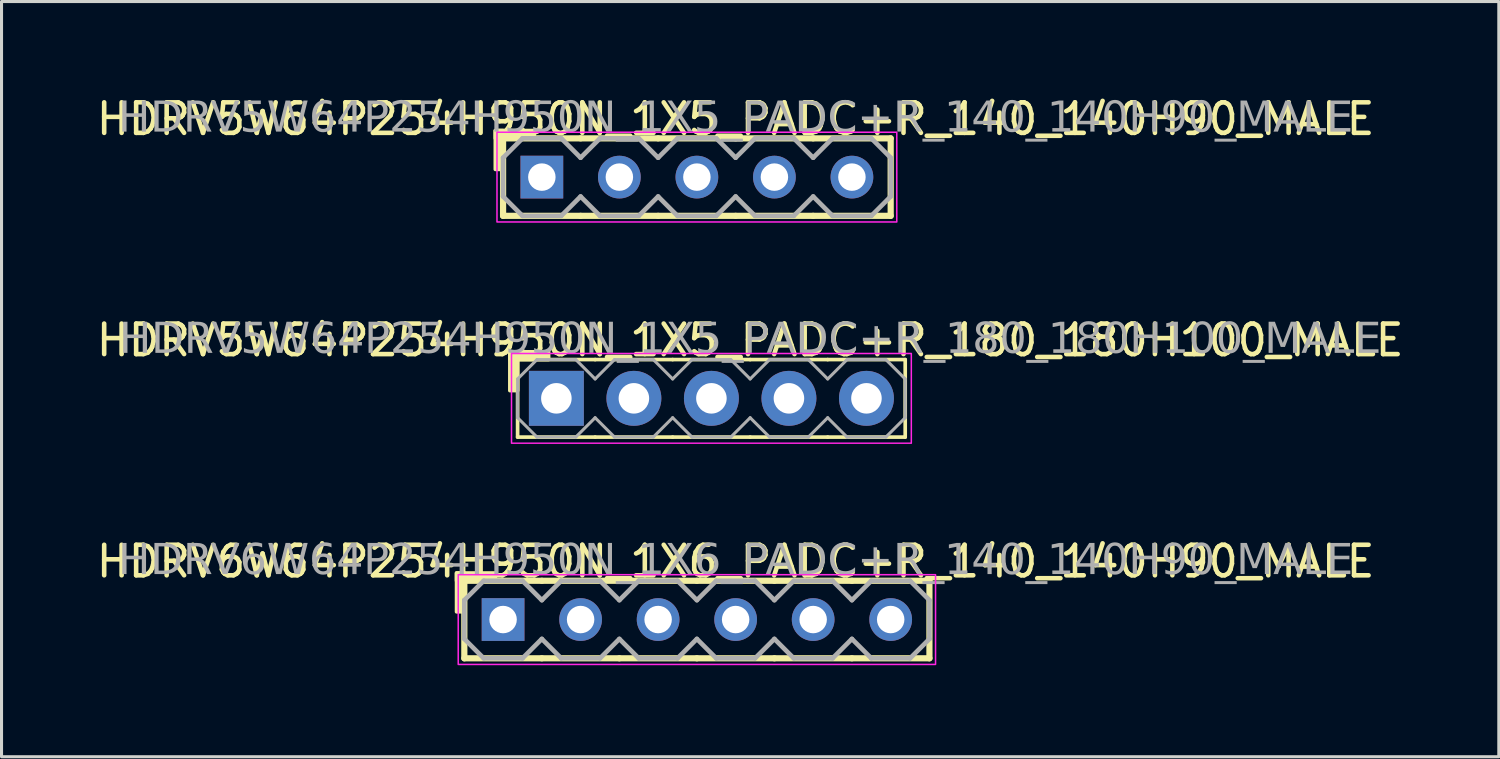
<source format=kicad_pcb>
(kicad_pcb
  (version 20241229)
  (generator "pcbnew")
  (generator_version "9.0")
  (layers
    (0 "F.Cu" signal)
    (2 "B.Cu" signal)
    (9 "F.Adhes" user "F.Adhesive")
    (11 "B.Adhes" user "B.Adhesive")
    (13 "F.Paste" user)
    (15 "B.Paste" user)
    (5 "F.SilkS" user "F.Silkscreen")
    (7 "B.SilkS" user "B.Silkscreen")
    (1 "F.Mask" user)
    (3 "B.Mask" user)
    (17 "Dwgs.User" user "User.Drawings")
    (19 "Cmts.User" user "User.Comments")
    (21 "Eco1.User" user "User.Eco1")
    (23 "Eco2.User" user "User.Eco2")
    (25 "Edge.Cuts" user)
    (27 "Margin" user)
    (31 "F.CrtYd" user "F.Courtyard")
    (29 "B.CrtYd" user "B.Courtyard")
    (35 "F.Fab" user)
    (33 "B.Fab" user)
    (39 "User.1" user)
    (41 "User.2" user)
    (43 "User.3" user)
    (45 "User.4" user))
  (footprint "HDRV5W64P254H950N_1X5_PADC+R_140_140H90_MALE"
    (layer "F.Cu")
    (at 19.784 2.753)
    (property "Reference" "HDRV5W64P254H950N_1X5_PADC+R_140_140H90_MALE" (at 1.27 -1.905 0) (layer "F.SilkS") (effects (font (size 1 1) (thickness 0.15))))
    (attr through_hole)
    (fp_line (start -6.35 1.27) (end -6.35 -1.27) (stroke (width 0.203) (type solid)) (layer "F.SilkS"))
    (fp_line (start -3.81 -1.27) (end -6.35 -1.27) (stroke (width 0.203) (type solid)) (layer "F.SilkS"))
    (fp_line (start -3.81 1.27) (end -6.35 1.27) (stroke (width 0.203) (type solid)) (layer "F.SilkS"))
    (fp_line (start -1.27 -1.27) (end -3.81 -1.27) (stroke (width 0.203) (type solid)) (layer "F.SilkS"))
    (fp_line (start -1.27 1.27) (end -3.81 1.27) (stroke (width 0.203) (type solid)) (layer "F.SilkS"))
    (fp_line (start 1.27 -1.27) (end -1.27 -1.27) (stroke (width 0.203) (type solid)) (layer "F.SilkS"))
    (fp_line (start 1.27 1.27) (end -1.27 1.27) (stroke (width 0.203) (type solid)) (layer "F.SilkS"))
    (fp_line (start 3.81 -1.27) (end 1.27 -1.27) (stroke (width 0.203) (type solid)) (layer "F.SilkS"))
    (fp_line (start 3.81 1.27) (end 1.27 1.27) (stroke (width 0.203) (type solid)) (layer "F.SilkS"))
    (fp_line (start 6.35 -1.27) (end 3.81 -1.27) (stroke (width 0.203) (type solid)) (layer "F.SilkS"))
    (fp_line (start 6.35 1.27) (end 3.81 1.27) (stroke (width 0.203) (type solid)) (layer "F.SilkS"))
    (fp_line (start 6.35 1.27) (end 6.35 -1.27) (stroke (width 0.203) (type solid)) (layer "F.SilkS"))
    (fp_rect (start -6.604 -0.254) (end -6.35 -1.524) (stroke (width 0.12) (type solid)) (fill yes) (layer "F.SilkS"))
    (fp_rect (start -5.334 -1.27) (end -6.604 -1.524) (stroke (width 0.12) (type solid)) (fill yes) (layer "F.SilkS"))
    (fp_rect (start -6.55 -1.47) (end 6.55 1.47) (stroke (width 0.05) (type default)) (fill no) (layer "F.CrtYd"))
    (fp_line (start -6.35 -0.635) (end -6.35 0.635) (stroke (width 0.152) (type solid)) (layer "F.Fab"))
    (fp_line (start -6.35 -0.635) (end -5.715 -1.27) (stroke (width 0.152) (type solid)) (layer "F.Fab"))
    (fp_line (start -5.715 -1.27) (end -4.445 -1.27) (stroke (width 0.152) (type solid)) (layer "F.Fab"))
    (fp_line (start -5.715 1.27) (end -6.35 0.635) (stroke (width 0.152) (type solid)) (layer "F.Fab"))
    (fp_line (start -4.445 -1.27) (end -3.81 -0.635) (stroke (width 0.152) (type solid)) (layer "F.Fab"))
    (fp_line (start -4.445 1.27) (end -5.715 1.27) (stroke (width 0.152) (type solid)) (layer "F.Fab"))
    (fp_line (start -3.81 -0.635) (end -3.175 -1.27) (stroke (width 0.152) (type solid)) (layer "F.Fab"))
    (fp_line (start -3.81 0.635) (end -4.445 1.27) (stroke (width 0.152) (type solid)) (layer "F.Fab"))
    (fp_line (start -3.175 -1.27) (end -1.905 -1.27) (stroke (width 0.152) (type solid)) (layer "F.Fab"))
    (fp_line (start -3.175 1.27) (end -3.81 0.635) (stroke (width 0.152) (type solid)) (layer "F.Fab"))
    (fp_line (start -1.905 -1.27) (end -1.27 -0.635) (stroke (width 0.152) (type solid)) (layer "F.Fab"))
    (fp_line (start -1.905 1.27) (end -3.175 1.27) (stroke (width 0.152) (type solid)) (layer "F.Fab"))
    (fp_line (start -1.27 -0.635) (end -0.635 -1.27) (stroke (width 0.152) (type solid)) (layer "F.Fab"))
    (fp_line (start -1.27 0.635) (end -1.905 1.27) (stroke (width 0.152) (type solid)) (layer "F.Fab"))
    (fp_line (start -0.635 -1.27) (end 0.635 -1.27) (stroke (width 0.152) (type solid)) (layer "F.Fab"))
    (fp_line (start -0.635 1.27) (end -1.27 0.635) (stroke (width 0.152) (type solid)) (layer "F.Fab"))
    (fp_line (start 0.635 -1.27) (end 1.27 -0.635) (stroke (width 0.152) (type solid)) (layer "F.Fab"))
    (fp_line (start 0.635 1.27) (end -0.635 1.27) (stroke (width 0.152) (type solid)) (layer "F.Fab"))
    (fp_line (start 1.27 -0.635) (end 1.905 -1.27) (stroke (width 0.152) (type solid)) (layer "F.Fab"))
    (fp_line (start 1.27 0.635) (end 0.635 1.27) (stroke (width 0.152) (type solid)) (layer "F.Fab"))
    (fp_line (start 1.905 -1.27) (end 3.175 -1.27) (stroke (width 0.152) (type solid)) (layer "F.Fab"))
    (fp_line (start 1.905 1.27) (end 1.27 0.635) (stroke (width 0.152) (type solid)) (layer "F.Fab"))
    (fp_line (start 3.175 -1.27) (end 3.81 -0.635) (stroke (width 0.152) (type solid)) (layer "F.Fab"))
    (fp_line (start 3.175 1.27) (end 1.905 1.27) (stroke (width 0.152) (type solid)) (layer "F.Fab"))
    (fp_line (start 3.81 -0.635) (end 4.445 -1.27) (stroke (width 0.152) (type solid)) (layer "F.Fab"))
    (fp_line (start 3.81 0.635) (end 3.175 1.27) (stroke (width 0.152) (type solid)) (layer "F.Fab"))
    (fp_line (start 4.445 -1.27) (end 5.715 -1.27) (stroke (width 0.152) (type solid)) (layer "F.Fab"))
    (fp_line (start 4.445 1.27) (end 3.81 0.635) (stroke (width 0.152) (type solid)) (layer "F.Fab"))
    (fp_line (start 5.715 -1.27) (end 6.35 -0.635) (stroke (width 0.152) (type solid)) (layer "F.Fab"))
    (fp_line (start 5.715 1.27) (end 4.445 1.27) (stroke (width 0.152) (type solid)) (layer "F.Fab"))
    (fp_line (start 6.35 -0.635) (end 6.35 0.635) (stroke (width 0.152) (type solid)) (layer "F.Fab"))
    (fp_line (start 6.35 0.635) (end 5.715 1.27) (stroke (width 0.152) (type solid)) (layer "F.Fab"))
    (fp_rect (start -4.826 -0.254) (end -5.334 0.254) (stroke (width 0.152) (type solid)) (fill no) (layer "F.Fab"))
    (fp_rect (start -2.286 -0.254) (end -2.794 0.254) (stroke (width 0.152) (type solid)) (fill no) (layer "F.Fab"))
    (fp_rect (start 0.254 -0.254) (end -0.254 0.254) (stroke (width 0.152) (type solid)) (fill no) (layer "F.Fab"))
    (fp_rect (start 2.794 -0.254) (end 2.286 0.254) (stroke (width 0.152) (type solid)) (fill no) (layer "F.Fab"))
    (fp_rect (start 5.334 -0.254) (end 4.826 0.254) (stroke (width 0.152) (type solid)) (fill no) (layer "F.Fab"))
    (fp_text user "${REFERENCE}" (at 1.27 -1.905 0) (layer "F.Fab") (effects (font (face "Tahoma") (size 1 1) (thickness 0.15))))
    (pad "1" thru_hole rect (at -5.08 0) (size 1.4 1.4) (drill 0.9) (layers "*.Cu" "*.Mask"))
    (pad "2" thru_hole circle (at -2.54 0) (size 1.4 1.4) (drill 0.9) (layers "*.Cu" "*.Mask"))
    (pad "3" thru_hole circle (at 0 0) (size 1.4 1.4) (drill 0.9) (layers "*.Cu" "*.Mask"))
    (pad "4" thru_hole circle (at 2.54 0) (size 1.4 1.4) (drill 0.9) (layers "*.Cu" "*.Mask"))
    (pad "5" thru_hole circle (at 5.08 0) (size 1.4 1.4) (drill 0.9) (layers "*.Cu" "*.Mask")))
  (footprint "HDRV6W64P254H950N_1X6_PADC+R_140_140H90_MALE"
    (layer "F.Cu")
    (at 19.784 17.25)
    (property "Reference" "HDRV6W64P254H950N_1X6_PADC+R_140_140H90_MALE" (at 1.27 -1.905 0) (layer "F.SilkS") (effects (font (size 1 1) (thickness 0.15))))
    (attr through_hole)
    (fp_line (start -7.62 1.27) (end -7.62 -1.27) (stroke (width 0.203) (type solid)) (layer "F.SilkS"))
    (fp_line (start -5.08 -1.27) (end -7.62 -1.27) (stroke (width 0.203) (type solid)) (layer "F.SilkS"))
    (fp_line (start -5.08 1.27) (end -7.62 1.27) (stroke (width 0.203) (type solid)) (layer "F.SilkS"))
    (fp_line (start -2.54 -1.27) (end -5.08 -1.27) (stroke (width 0.203) (type solid)) (layer "F.SilkS"))
    (fp_line (start -2.54 1.27) (end -5.08 1.27) (stroke (width 0.203) (type solid)) (layer "F.SilkS"))
    (fp_line (start 0 -1.27) (end -2.54 -1.27) (stroke (width 0.203) (type solid)) (layer "F.SilkS"))
    (fp_line (start 0 1.27) (end -2.54 1.27) (stroke (width 0.203) (type solid)) (layer "F.SilkS"))
    (fp_line (start 2.54 -1.27) (end 0 -1.27) (stroke (width 0.203) (type solid)) (layer "F.SilkS"))
    (fp_line (start 2.54 1.27) (end 0 1.27) (stroke (width 0.203) (type solid)) (layer "F.SilkS"))
    (fp_line (start 5.08 -1.27) (end 2.54 -1.27) (stroke (width 0.203) (type solid)) (layer "F.SilkS"))
    (fp_line (start 5.08 1.27) (end 2.54 1.27) (stroke (width 0.203) (type solid)) (layer "F.SilkS"))
    (fp_line (start 7.62 -1.27) (end 5.08 -1.27) (stroke (width 0.203) (type solid)) (layer "F.SilkS"))
    (fp_line (start 7.62 1.27) (end 5.08 1.27) (stroke (width 0.203) (type solid)) (layer "F.SilkS"))
    (fp_line (start 7.62 1.27) (end 7.62 -1.27) (stroke (width 0.203) (type solid)) (layer "F.SilkS"))
    (fp_rect (start -7.874 -0.254) (end -7.62 -1.524) (stroke (width 0.12) (type solid)) (fill yes) (layer "F.SilkS"))
    (fp_rect (start -6.604 -1.27) (end -7.874 -1.524) (stroke (width 0.12) (type solid)) (fill yes) (layer "F.SilkS"))
    (fp_rect (start -7.82 -1.47) (end 7.82 1.47) (stroke (width 0.05) (type default)) (fill no) (layer "F.CrtYd"))
    (fp_line (start -7.62 -0.635) (end -7.62 0.635) (stroke (width 0.152) (type solid)) (layer "F.Fab"))
    (fp_line (start -7.62 -0.635) (end -6.985 -1.27) (stroke (width 0.152) (type solid)) (layer "F.Fab"))
    (fp_line (start -6.985 -1.27) (end -5.715 -1.27) (stroke (width 0.152) (type solid)) (layer "F.Fab"))
    (fp_line (start -6.985 1.27) (end -7.62 0.635) (stroke (width 0.152) (type solid)) (layer "F.Fab"))
    (fp_line (start -5.715 -1.27) (end -5.08 -0.635) (stroke (width 0.152) (type solid)) (layer "F.Fab"))
    (fp_line (start -5.715 1.27) (end -6.985 1.27) (stroke (width 0.152) (type solid)) (layer "F.Fab"))
    (fp_line (start -5.08 -0.635) (end -4.445 -1.27) (stroke (width 0.152) (type solid)) (layer "F.Fab"))
    (fp_line (start -5.08 0.635) (end -5.715 1.27) (stroke (width 0.152) (type solid)) (layer "F.Fab"))
    (fp_line (start -4.445 -1.27) (end -3.175 -1.27) (stroke (width 0.152) (type solid)) (layer "F.Fab"))
    (fp_line (start -4.445 1.27) (end -5.08 0.635) (stroke (width 0.152) (type solid)) (layer "F.Fab"))
    (fp_line (start -3.175 -1.27) (end -2.54 -0.635) (stroke (width 0.152) (type solid)) (layer "F.Fab"))
    (fp_line (start -3.175 1.27) (end -4.445 1.27) (stroke (width 0.152) (type solid)) (layer "F.Fab"))
    (fp_line (start -2.54 -0.635) (end -1.905 -1.27) (stroke (width 0.152) (type solid)) (layer "F.Fab"))
    (fp_line (start -2.54 0.635) (end -3.175 1.27) (stroke (width 0.152) (type solid)) (layer "F.Fab"))
    (fp_line (start -1.905 -1.27) (end -0.635 -1.27) (stroke (width 0.152) (type solid)) (layer "F.Fab"))
    (fp_line (start -1.905 1.27) (end -2.54 0.635) (stroke (width 0.152) (type solid)) (layer "F.Fab"))
    (fp_line (start -0.635 -1.27) (end 0 -0.635) (stroke (width 0.152) (type solid)) (layer "F.Fab"))
    (fp_line (start -0.635 1.27) (end -1.905 1.27) (stroke (width 0.152) (type solid)) (layer "F.Fab"))
    (fp_line (start 0 -0.635) (end 0.635 -1.27) (stroke (width 0.152) (type solid)) (layer "F.Fab"))
    (fp_line (start 0 0.635) (end -0.635 1.27) (stroke (width 0.152) (type solid)) (layer "F.Fab"))
    (fp_line (start 0.635 -1.27) (end 1.905 -1.27) (stroke (width 0.152) (type solid)) (layer "F.Fab"))
    (fp_line (start 0.635 1.27) (end 0 0.635) (stroke (width 0.152) (type solid)) (layer "F.Fab"))
    (fp_line (start 1.905 -1.27) (end 2.54 -0.635) (stroke (width 0.152) (type solid)) (layer "F.Fab"))
    (fp_line (start 1.905 1.27) (end 0.635 1.27) (stroke (width 0.152) (type solid)) (layer "F.Fab"))
    (fp_line (start 2.54 -0.635) (end 3.175 -1.27) (stroke (width 0.152) (type solid)) (layer "F.Fab"))
    (fp_line (start 2.54 0.635) (end 1.905 1.27) (stroke (width 0.152) (type solid)) (layer "F.Fab"))
    (fp_line (start 3.175 -1.27) (end 4.445 -1.27) (stroke (width 0.152) (type solid)) (layer "F.Fab"))
    (fp_line (start 3.175 1.27) (end 2.54 0.635) (stroke (width 0.152) (type solid)) (layer "F.Fab"))
    (fp_line (start 4.445 -1.27) (end 5.08 -0.635) (stroke (width 0.152) (type solid)) (layer "F.Fab"))
    (fp_line (start 4.445 1.27) (end 3.175 1.27) (stroke (width 0.152) (type solid)) (layer "F.Fab"))
    (fp_line (start 5.08 -0.635) (end 5.715 -1.27) (stroke (width 0.152) (type solid)) (layer "F.Fab"))
    (fp_line (start 5.08 0.635) (end 4.445 1.27) (stroke (width 0.152) (type solid)) (layer "F.Fab"))
    (fp_line (start 5.715 -1.27) (end 6.985 -1.27) (stroke (width 0.152) (type solid)) (layer "F.Fab"))
    (fp_line (start 5.715 1.27) (end 5.08 0.635) (stroke (width 0.152) (type solid)) (layer "F.Fab"))
    (fp_line (start 6.985 -1.27) (end 7.62 -0.635) (stroke (width 0.152) (type solid)) (layer "F.Fab"))
    (fp_line (start 6.985 1.27) (end 5.715 1.27) (stroke (width 0.152) (type solid)) (layer "F.Fab"))
    (fp_line (start 7.62 -0.635) (end 7.62 0.635) (stroke (width 0.152) (type solid)) (layer "F.Fab"))
    (fp_line (start 7.62 0.635) (end 6.985 1.27) (stroke (width 0.152) (type solid)) (layer "F.Fab"))
    (fp_rect (start -6.096 -0.254) (end -6.604 0.254) (stroke (width 0.152) (type solid)) (fill no) (layer "F.Fab"))
    (fp_rect (start -3.556 -0.254) (end -4.064 0.254) (stroke (width 0.152) (type solid)) (fill no) (layer "F.Fab"))
    (fp_rect (start -1.016 -0.254) (end -1.524 0.254) (stroke (width 0.152) (type solid)) (fill no) (layer "F.Fab"))
    (fp_rect (start 1.524 -0.254) (end 1.016 0.254) (stroke (width 0.152) (type solid)) (fill no) (layer "F.Fab"))
    (fp_rect (start 4.064 -0.254) (end 3.556 0.254) (stroke (width 0.152) (type solid)) (fill no) (layer "F.Fab"))
    (fp_rect (start 6.604 -0.254) (end 6.096 0.254) (stroke (width 0.152) (type solid)) (fill no) (layer "F.Fab"))
    (fp_text user "${REFERENCE}" (at 1.27 -1.905 0) (layer "F.Fab") (effects (font (face "Tahoma") (size 1 1) (thickness 0.15))))
    (pad "1" thru_hole rect (at -6.35 0) (size 1.4 1.4) (drill 0.9) (layers "*.Cu" "*.Mask"))
    (pad "2" thru_hole circle (at -3.81 0) (size 1.4 1.4) (drill 0.9) (layers "*.Cu" "*.Mask"))
    (pad "3" thru_hole circle (at -1.27 0) (size 1.4 1.4) (drill 0.9) (layers "*.Cu" "*.Mask"))
    (pad "4" thru_hole circle (at 1.27 0) (size 1.4 1.4) (drill 0.9) (layers "*.Cu" "*.Mask"))
    (pad "5" thru_hole circle (at 3.81 0) (size 1.4 1.4) (drill 0.9) (layers "*.Cu" "*.Mask"))
    (pad "6" thru_hole circle (at 6.35 0) (size 1.4 1.4) (drill 0.9) (layers "*.Cu" "*.Mask")))
  (footprint "HDRV5W64P254H950N_1X5_PADC+R_180_180H100_MALE"
    (layer "F.Cu")
    (at 20.26 10.002)
    (property "Reference" "HDRV5W64P254H950N_1X5_PADC+R_180_180H100_MALE" (at 1.27 -1.905 0) (layer "F.SilkS") (effects (font (size 1 1) (thickness 0.15))))
    (attr through_hole)
    (fp_line (start -6.35 1.27) (end -6.35 -1.27) (stroke (width 0.12) (type solid)) (layer "F.SilkS"))
    (fp_line (start -3.81 -1.27) (end -6.35 -1.27) (stroke (width 0.12) (type solid)) (layer "F.SilkS"))
    (fp_line (start -3.81 1.27) (end -6.35 1.27) (stroke (width 0.12) (type solid)) (layer "F.SilkS"))
    (fp_line (start -1.27 -1.27) (end -3.81 -1.27) (stroke (width 0.12) (type solid)) (layer "F.SilkS"))
    (fp_line (start -1.27 1.27) (end -3.81 1.27) (stroke (width 0.12) (type solid)) (layer "F.SilkS"))
    (fp_line (start 1.27 -1.27) (end -1.27 -1.27) (stroke (width 0.12) (type solid)) (layer "F.SilkS"))
    (fp_line (start 1.27 1.27) (end -1.27 1.27) (stroke (width 0.12) (type solid)) (layer "F.SilkS"))
    (fp_line (start 3.81 -1.27) (end 1.27 -1.27) (stroke (width 0.12) (type solid)) (layer "F.SilkS"))
    (fp_line (start 3.81 1.27) (end 1.27 1.27) (stroke (width 0.12) (type solid)) (layer "F.SilkS"))
    (fp_line (start 6.35 -1.27) (end 3.81 -1.27) (stroke (width 0.12) (type solid)) (layer "F.SilkS"))
    (fp_line (start 6.35 1.27) (end 3.81 1.27) (stroke (width 0.12) (type solid)) (layer "F.SilkS"))
    (fp_line (start 6.35 1.27) (end 6.35 -1.27) (stroke (width 0.12) (type solid)) (layer "F.SilkS"))
    (fp_rect (start -6.604 -0.254) (end -6.35 -1.524) (stroke (width 0.12) (type solid)) (fill yes) (layer "F.SilkS"))
    (fp_rect (start -5.334 -1.27) (end -6.604 -1.524) (stroke (width 0.12) (type solid)) (fill yes) (layer "F.SilkS"))
    (fp_rect (start -6.55 -1.47) (end 6.55 1.47) (stroke (width 0.05) (type default)) (fill no) (layer "F.CrtYd"))
    (fp_line (start -6.35 -0.635) (end -6.35 0.635) (stroke (width 0.1) (type solid)) (layer "F.Fab"))
    (fp_line (start -6.35 -0.635) (end -5.715 -1.27) (stroke (width 0.1) (type solid)) (layer "F.Fab"))
    (fp_line (start -5.715 -1.27) (end -4.445 -1.27) (stroke (width 0.1) (type solid)) (layer "F.Fab"))
    (fp_line (start -5.715 1.27) (end -6.35 0.635) (stroke (width 0.1) (type solid)) (layer "F.Fab"))
    (fp_line (start -4.445 -1.27) (end -3.81 -0.635) (stroke (width 0.1) (type solid)) (layer "F.Fab"))
    (fp_line (start -4.445 1.27) (end -5.715 1.27) (stroke (width 0.1) (type solid)) (layer "F.Fab"))
    (fp_line (start -3.81 -0.635) (end -3.175 -1.27) (stroke (width 0.1) (type solid)) (layer "F.Fab"))
    (fp_line (start -3.81 0.635) (end -4.445 1.27) (stroke (width 0.1) (type solid)) (layer "F.Fab"))
    (fp_line (start -3.175 -1.27) (end -1.905 -1.27) (stroke (width 0.1) (type solid)) (layer "F.Fab"))
    (fp_line (start -3.175 1.27) (end -3.81 0.635) (stroke (width 0.1) (type solid)) (layer "F.Fab"))
    (fp_line (start -1.905 -1.27) (end -1.27 -0.635) (stroke (width 0.1) (type solid)) (layer "F.Fab"))
    (fp_line (start -1.905 1.27) (end -3.175 1.27) (stroke (width 0.1) (type solid)) (layer "F.Fab"))
    (fp_line (start -1.27 -0.635) (end -0.635 -1.27) (stroke (width 0.1) (type solid)) (layer "F.Fab"))
    (fp_line (start -1.27 0.635) (end -1.905 1.27) (stroke (width 0.1) (type solid)) (layer "F.Fab"))
    (fp_line (start -0.635 -1.27) (end 0.635 -1.27) (stroke (width 0.1) (type solid)) (layer "F.Fab"))
    (fp_line (start -0.635 1.27) (end -1.27 0.635) (stroke (width 0.1) (type solid)) (layer "F.Fab"))
    (fp_line (start 0.635 -1.27) (end 1.27 -0.635) (stroke (width 0.1) (type solid)) (layer "F.Fab"))
    (fp_line (start 0.635 1.27) (end -0.635 1.27) (stroke (width 0.1) (type solid)) (layer "F.Fab"))
    (fp_line (start 1.27 -0.635) (end 1.905 -1.27) (stroke (width 0.1) (type solid)) (layer "F.Fab"))
    (fp_line (start 1.27 0.635) (end 0.635 1.27) (stroke (width 0.1) (type solid)) (layer "F.Fab"))
    (fp_line (start 1.905 -1.27) (end 3.175 -1.27) (stroke (width 0.1) (type solid)) (layer "F.Fab"))
    (fp_line (start 1.905 1.27) (end 1.27 0.635) (stroke (width 0.1) (type solid)) (layer "F.Fab"))
    (fp_line (start 3.175 -1.27) (end 3.81 -0.635) (stroke (width 0.1) (type solid)) (layer "F.Fab"))
    (fp_line (start 3.175 1.27) (end 1.905 1.27) (stroke (width 0.1) (type solid)) (layer "F.Fab"))
    (fp_line (start 3.81 -0.635) (end 4.445 -1.27) (stroke (width 0.1) (type solid)) (layer "F.Fab"))
    (fp_line (start 3.81 0.635) (end 3.175 1.27) (stroke (width 0.1) (type solid)) (layer "F.Fab"))
    (fp_line (start 4.445 -1.27) (end 5.715 -1.27) (stroke (width 0.1) (type solid)) (layer "F.Fab"))
    (fp_line (start 4.445 1.27) (end 3.81 0.635) (stroke (width 0.1) (type solid)) (layer "F.Fab"))
    (fp_line (start 5.715 -1.27) (end 6.35 -0.635) (stroke (width 0.1) (type solid)) (layer "F.Fab"))
    (fp_line (start 5.715 1.27) (end 4.445 1.27) (stroke (width 0.1) (type solid)) (layer "F.Fab"))
    (fp_line (start 6.35 -0.635) (end 6.35 0.635) (stroke (width 0.1) (type solid)) (layer "F.Fab"))
    (fp_line (start 6.35 0.635) (end 5.715 1.27) (stroke (width 0.1) (type solid)) (layer "F.Fab"))
    (fp_rect (start -4.826 -0.254) (end -5.334 0.254) (stroke (width 0.1) (type solid)) (fill no) (layer "F.Fab"))
    (fp_rect (start -2.286 -0.254) (end -2.794 0.254) (stroke (width 0.1) (type solid)) (fill no) (layer "F.Fab"))
    (fp_rect (start 0.254 -0.254) (end -0.254 0.254) (stroke (width 0.1) (type solid)) (fill no) (layer "F.Fab"))
    (fp_rect (start 2.794 -0.254) (end 2.286 0.254) (stroke (width 0.1) (type solid)) (fill no) (layer "F.Fab"))
    (fp_rect (start 5.334 -0.254) (end 4.826 0.254) (stroke (width 0.1) (type solid)) (fill no) (layer "F.Fab"))
    (fp_text user "${REFERENCE}" (at 1.27 -1.905 0) (layer "F.Fab") (effects (font (face "Tahoma") (size 1 1) (thickness 0.15))))
    (pad "1" thru_hole rect (at -5.08 0) (size 1.8 1.8) (drill 1) (layers "*.Cu" "*.Mask"))
    (pad "2" thru_hole circle (at -2.54 0) (size 1.8 1.8) (drill 1) (layers "*.Cu" "*.Mask"))
    (pad "3" thru_hole circle (at 0 0) (size 1.8 1.8) (drill 1) (layers "*.Cu" "*.Mask"))
    (pad "4" thru_hole circle (at 2.54 0) (size 1.8 1.8) (drill 1) (layers "*.Cu" "*.Mask"))
    (pad "5" thru_hole circle (at 5.08 0) (size 1.8 1.8) (drill 1) (layers "*.Cu" "*.Mask")))
  (gr_rect
    (start -3 -3)
    (end 46.06 21.745)
    (stroke (width 0.1) (type default))
    (fill no)
    (layer "Edge.Cuts")))
</source>
